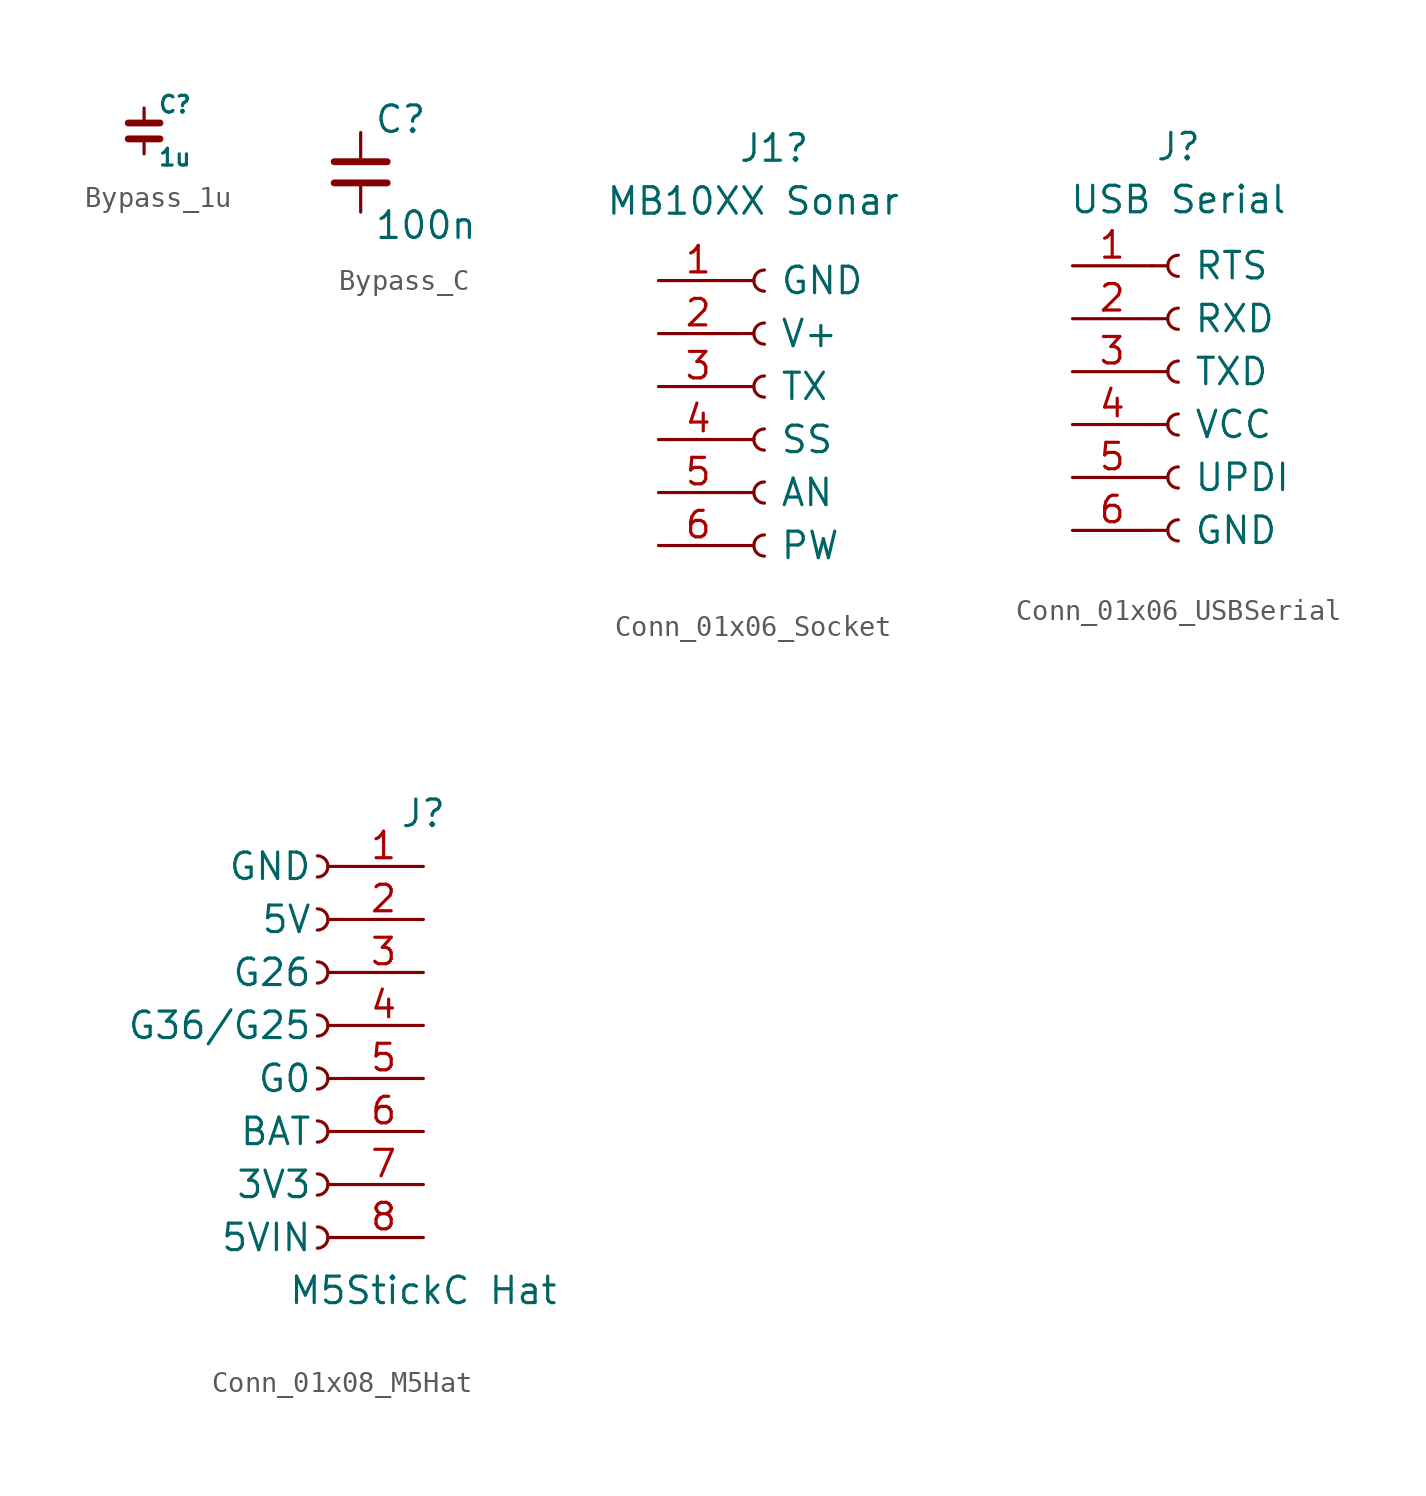
<source format=kicad_sym>
(kicad_symbol_lib
  (version 20220914)
  (generator kicad_symbol_editor)
  (symbol "Bypass_1u"
    (pin_numbers hide)
    (pin_names
      (offset 0.254))
    (property "Reference" "C"
      (at 0.635 1.27 0)
      (effects (font (size 0.8 0.8)) (justify left)))
    (property "Value" "1u"
      (at 0.635 -1.27 0)
      (effects (font (size 0.8 0.8)) (justify left)))
    (symbol "Bypass_1u_1_1"
      (polyline (pts (xy -0.762 -0.381) (xy 0.762 -0.381)) (stroke (width 0.327) (type default)) (fill (type none)))
      (polyline (pts (xy -0.762 0.381) (xy 0.762 0.381)) (stroke (width 0.327) (type default)) (fill (type none)))
      (pin passive line (at 0 1.1 270) (length 0.635) (name "~" (effects (font (size 1.27 1.27)))) (number "1" (effects (font (size 1.27 1.27)))))
      (pin passive line (at 0 -1.1 90) (length 0.635) (name "~" (effects (font (size 1.27 1.27)))) (number "2" (effects (font (size 1.27 1.27)))))))
  (symbol "Bypass_C"
    (pin_numbers hide)
    (pin_names
      (offset 0.254))
    (property "Reference" "C"
      (at 0.635 2.54 0)
      (effects (font (size 1.27 1.27)) (justify left)))
    (property "Value" "100n"
      (at 0.635 -2.54 0)
      (effects (font (size 1.27 1.27)) (justify left)))
    (symbol "Bypass_C_1_1"
      (polyline (pts (xy -1.27 -0.508) (xy 1.27 -0.508)) (stroke (width 0.327) (type default)) (fill (type none)))
      (polyline (pts (xy -1.27 0.508) (xy 1.27 0.508)) (stroke (width 0.327) (type default)) (fill (type none)))
      (pin passive line (at 0 1.905 270) (length 1.27) (name "~" (effects (font (size 1.27 1.27)))) (number "1" (effects (font (size 1.27 1.27)))))
      (pin passive line (at 0 -1.905 90) (length 1.27) (name "~" (effects (font (size 1.27 1.27)))) (number "2" (effects (font (size 1.27 1.27)))))))
  (symbol "Conn_01x06_Socket"
    (pin_names
      (offset 2))
    (property "Reference" "J1"
      (at -1.27 11.43 0)
      (effects (font (size 1.27 1.27)) (justify left)))
    (property "Value" "MB10XX Sonar"
      (at -7.62 8.89 0)
      (effects (font (size 1.27 1.27)) (justify left)))
    (symbol "Conn_01x06_Socket_1_1"
      (arc (start 0 -7.112) (mid -0.5058 -7.62) (end 0 -8.128) (stroke (width 0.1524) (type default)) (fill (type none)))
      (arc (start 0 -4.572) (mid -0.5058 -5.08) (end 0 -5.588) (stroke (width 0.1524) (type default)) (fill (type none)))
      (arc (start 0 -2.032) (mid -0.5058 -2.54) (end 0 -3.048) (stroke (width 0.1524) (type default)) (fill (type none)))
      (polyline (pts (xy -1.27 -7.62) (xy -0.508 -7.62)) (stroke (width 0.152) (type default)) (fill (type none)))
      (polyline (pts (xy -1.27 -5.08) (xy -0.508 -5.08)) (stroke (width 0.152) (type default)) (fill (type none)))
      (polyline (pts (xy -1.27 -2.54) (xy -0.508 -2.54)) (stroke (width 0.152) (type default)) (fill (type none)))
      (polyline (pts (xy -1.27 0) (xy -0.508 0)) (stroke (width 0.152) (type default)) (fill (type none)))
      (polyline (pts (xy -1.27 2.54) (xy -0.508 2.54)) (stroke (width 0.152) (type default)) (fill (type none)))
      (polyline (pts (xy -1.27 5.08) (xy -0.508 5.08)) (stroke (width 0.152) (type default)) (fill (type none)))
      (arc (start 0 0.508) (mid -0.5058 0) (end 0 -0.508) (stroke (width 0.1524) (type default)) (fill (type none)))
      (arc (start 0 3.048) (mid -0.5058 2.54) (end 0 2.032) (stroke (width 0.1524) (type default)) (fill (type none)))
      (arc (start 0 5.588) (mid -0.5058 5.08) (end 0 4.572) (stroke (width 0.1524) (type default)) (fill (type none)))
      (pin passive line (at -5.08 5.08 0) (length 3.81) (name "GND" (effects (font (size 1.27 1.27)))) (number "1" (effects (font (size 1.27 1.27)))))
      (pin passive line (at -5.08 2.54 0) (length 3.81) (name "V+" (effects (font (size 1.27 1.27)))) (number "2" (effects (font (size 1.27 1.27)))))
      (pin passive line (at -5.08 0 0) (length 3.81) (name "TX" (effects (font (size 1.27 1.27)))) (number "3" (effects (font (size 1.27 1.27)))))
      (pin passive line (at -5.08 -2.54 0) (length 3.81) (name "SS" (effects (font (size 1.27 1.27)))) (number "4" (effects (font (size 1.27 1.27)))))
      (pin passive line (at -5.08 -5.08 0) (length 3.81) (name "AN" (effects (font (size 1.27 1.27)))) (number "5" (effects (font (size 1.27 1.27)))))
      (pin passive line (at -5.08 -7.62 0) (length 3.81) (name "PW" (effects (font (size 1.27 1.27)))) (number "6" (effects (font (size 1.27 1.27)))))))
  (symbol "Conn_01x06_USBSerial"
    (pin_names
      (offset 2))
    (property "Reference" "J"
      (at 0 10.795 0)
      (effects (font (size 1.27 1.27))))
    (property "Value" "USB Serial"
      (at 0 8.255 0)
      (effects (font (size 1.27 1.27))))
    (symbol "Conn_01x06_USBSerial_1_1"
      (arc (start 0 -7.112) (mid -0.5058 -7.62) (end 0 -8.128) (stroke (width 0.1524) (type default)) (fill (type none)))
      (arc (start 0 -4.572) (mid -0.5058 -5.08) (end 0 -5.588) (stroke (width 0.1524) (type default)) (fill (type none)))
      (arc (start 0 -2.032) (mid -0.5058 -2.54) (end 0 -3.048) (stroke (width 0.1524) (type default)) (fill (type none)))
      (polyline (pts (xy -1.27 -7.62) (xy -0.508 -7.62)) (stroke (width 0.152) (type default)) (fill (type none)))
      (polyline (pts (xy -1.27 -5.08) (xy -0.508 -5.08)) (stroke (width 0.152) (type default)) (fill (type none)))
      (polyline (pts (xy -1.27 -2.54) (xy -0.508 -2.54)) (stroke (width 0.152) (type default)) (fill (type none)))
      (polyline (pts (xy -1.27 0) (xy -0.508 0)) (stroke (width 0.152) (type default)) (fill (type none)))
      (polyline (pts (xy -1.27 2.54) (xy -0.508 2.54)) (stroke (width 0.152) (type default)) (fill (type none)))
      (polyline (pts (xy -1.27 5.08) (xy -0.508 5.08)) (stroke (width 0.152) (type default)) (fill (type none)))
      (arc (start 0 0.508) (mid -0.5058 0) (end 0 -0.508) (stroke (width 0.1524) (type default)) (fill (type none)))
      (arc (start 0 3.048) (mid -0.5058 2.54) (end 0 2.032) (stroke (width 0.1524) (type default)) (fill (type none)))
      (arc (start 0 5.588) (mid -0.5058 5.08) (end 0 4.572) (stroke (width 0.1524) (type default)) (fill (type none)))
      (pin output line (at -5.08 5.08 0) (length 3.81) (name "RTS" (effects (font (size 1.27 1.27)))) (number "1" (effects (font (size 1.27 1.27)))))
      (pin input line (at -5.08 2.54 0) (length 3.81) (name "RXD" (effects (font (size 1.27 1.27)))) (number "2" (effects (font (size 1.27 1.27)))))
      (pin output line (at -5.08 0 0) (length 3.81) (name "TXD" (effects (font (size 1.27 1.27)))) (number "3" (effects (font (size 1.27 1.27)))))
      (pin power_out line (at -5.08 -2.54 0) (length 3.81) (name "VCC" (effects (font (size 1.27 1.27)))) (number "4" (effects (font (size 1.27 1.27)))))
      (pin bidirectional line (at -5.08 -5.08 0) (length 3.81) (name "UPDI" (effects (font (size 1.27 1.27)))) (number "5" (effects (font (size 1.27 1.27)))))
      (pin power_out line (at -5.08 -7.62 0) (length 3.81) (name "GND" (effects (font (size 1.27 1.27)))) (number "6" (effects (font (size 1.27 1.27)))))))
  (symbol "Conn_01x08_M5Hat"
    (pin_names
      (offset 1.5))
    (property "Reference" "J"
      (at 0 11.43 0)
      (effects (font (size 1.27 1.27))))
    (property "Value" "M5StickC Hat"
      (at 0 -11.43 0)
      (effects (font (size 1.27 1.27))))
    (symbol "Conn_01x08_M5Hat_1_1"
      (arc (start -5.08 -9.398) (mid -4.5742 -8.89) (end -5.08 -8.382) (stroke (width 0.1524) (type default)) (fill (type none)))
      (arc (start -5.08 -6.858) (mid -4.5742 -6.35) (end -5.08 -5.842) (stroke (width 0.1524) (type default)) (fill (type none)))
      (arc (start -5.08 -4.318) (mid -4.5742 -3.81) (end -5.08 -3.302) (stroke (width 0.1524) (type default)) (fill (type none)))
      (arc (start -5.08 -1.778) (mid -4.5742 -1.27) (end -5.08 -0.762) (stroke (width 0.1524) (type default)) (fill (type none)))
      (arc (start -5.08 0.762) (mid -4.5742 1.27) (end -5.08 1.778) (stroke (width 0.1524) (type default)) (fill (type none)))
      (arc (start -5.08 3.302) (mid -4.5742 3.81) (end -5.08 4.318) (stroke (width 0.1524) (type default)) (fill (type none)))
      (arc (start -5.08 5.842) (mid -4.5742 6.35) (end -5.08 6.858) (stroke (width 0.1524) (type default)) (fill (type none)))
      (arc (start -5.08 8.382) (mid -4.5742 8.89) (end -5.08 9.398) (stroke (width 0.1524) (type default)) (fill (type none)))
      (polyline (pts (xy -3.81 -8.89) (xy -4.572 -8.89)) (stroke (width 0.152) (type default)) (fill (type none)))
      (polyline (pts (xy -3.81 -6.35) (xy -4.572 -6.35)) (stroke (width 0.152) (type default)) (fill (type none)))
      (polyline (pts (xy -3.81 -3.81) (xy -4.572 -3.81)) (stroke (width 0.152) (type default)) (fill (type none)))
      (polyline (pts (xy -3.81 -1.27) (xy -4.572 -1.27)) (stroke (width 0.152) (type default)) (fill (type none)))
      (polyline (pts (xy -3.81 1.27) (xy -4.572 1.27)) (stroke (width 0.152) (type default)) (fill (type none)))
      (polyline (pts (xy -3.81 3.81) (xy -4.572 3.81)) (stroke (width 0.152) (type default)) (fill (type none)))
      (polyline (pts (xy -3.81 6.35) (xy -4.572 6.35)) (stroke (width 0.152) (type default)) (fill (type none)))
      (polyline (pts (xy -3.81 8.89) (xy -4.572 8.89)) (stroke (width 0.152) (type default)) (fill (type none)))
      (pin power_out line (at 0 8.89 180) (length 3.81) (name "GND" (effects (font (size 1.27 1.27)))) (number "1" (effects (font (size 1.27 1.27)))))
      (pin power_out line (at 0 6.35 180) (length 3.81) (name "5V" (effects (font (size 1.27 1.27)))) (number "2" (effects (font (size 1.27 1.27)))))
      (pin bidirectional line (at 0 3.81 180) (length 3.81) (name "G26" (effects (font (size 1.27 1.27)))) (number "3" (effects (font (size 1.27 1.27)))))
      (pin bidirectional line (at 0 1.27 180) (length 3.81) (name "G36/G25" (effects (font (size 1.27 1.27)))) (number "4" (effects (font (size 1.27 1.27)))))
      (pin bidirectional line (at 0 -1.27 180) (length 3.81) (name "G0" (effects (font (size 1.27 1.27)))) (number "5" (effects (font (size 1.27 1.27)))))
      (pin power_in line (at 0 -3.81 180) (length 3.81) (name "BAT" (effects (font (size 1.27 1.27)))) (number "6" (effects (font (size 1.27 1.27)))))
      (pin power_out line (at 0 -6.35 180) (length 3.81) (name "3V3" (effects (font (size 1.27 1.27)))) (number "7" (effects (font (size 1.27 1.27)))))
      (pin power_in line (at 0 -8.89 180) (length 3.81) (name "5VIN" (effects (font (size 1.27 1.27)))) (number "8" (effects (font (size 1.27 1.27))))))))
</source>
